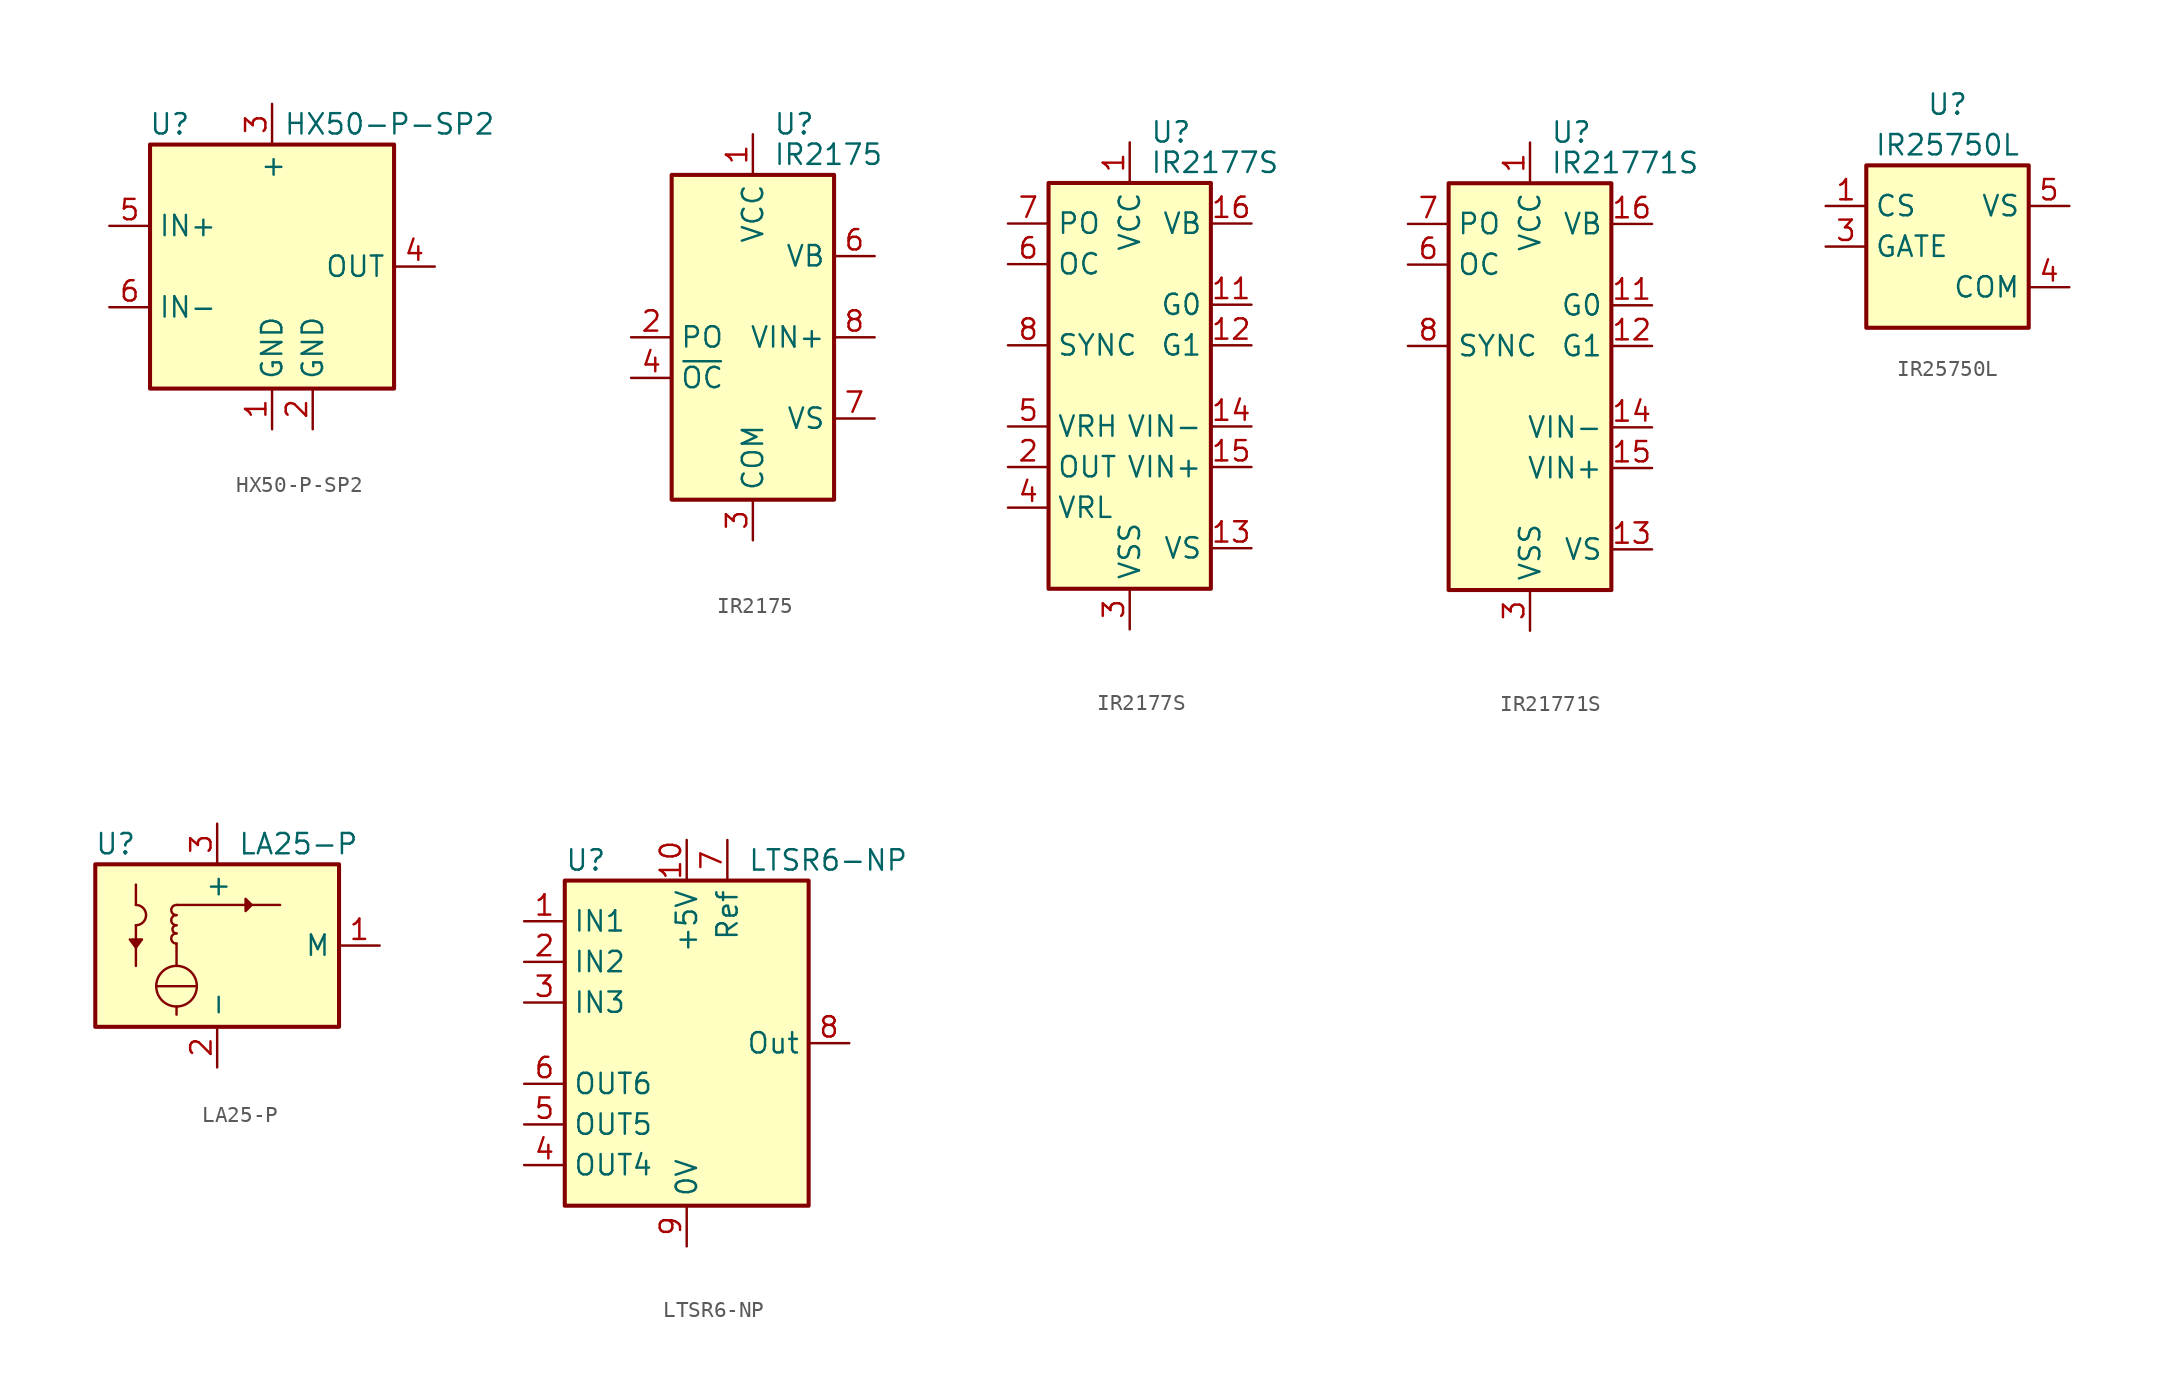
<source format=kicad_sym>
(kicad_symbol_lib
  (version 20201005)
  (generator kicad_symbol_editor)
  (symbol "Sensor_Current:HX50-P-SP2"
    (property "Reference" "U"
      (at -5.08 8.89 0)
      (effects (font (size 1.27 1.27)) (justify right)))
    (property "Value" "HX50-P-SP2"
      (at 13.97 8.89 0)
      (effects (font (size 1.27 1.27)) (justify right)))
    (symbol "HX50-P-SP2_0_1"
      (rectangle (start -7.62 7.62) (end 7.62 -7.62) (stroke (width 0.254)) (fill (type background))))
    (symbol "HX50-P-SP2_1_1"
      (pin power_in line (at 0 -10.16 90) (length 2.54) (name "GND" (effects (font (size 1.27 1.27)))) (number "1" (effects (font (size 1.27 1.27)))))
      (pin power_in line (at 2.54 -10.16 90) (length 2.54) (name "GND" (effects (font (size 1.27 1.27)))) (number "2" (effects (font (size 1.27 1.27)))))
      (pin power_in line (at 0 10.16 270) (length 2.54) (name "+" (effects (font (size 1.27 1.27)))) (number "3" (effects (font (size 1.27 1.27)))))
      (pin output line (at 10.16 0 180) (length 2.54) (name "OUT" (effects (font (size 1.27 1.27)))) (number "4" (effects (font (size 1.27 1.27)))))
      (pin passive line (at -10.16 2.54 0) (length 2.54) (name "IN+" (effects (font (size 1.27 1.27)))) (number "5" (effects (font (size 1.27 1.27)))))
      (pin passive line (at -10.16 -2.54 0) (length 2.54) (name "IN-" (effects (font (size 1.27 1.27)))) (number "6" (effects (font (size 1.27 1.27)))))))
  (symbol "Sensor_Current:IR2175"
    (property "Reference" "U"
      (at 1.27 13.335 0)
      (effects (font (size 1.27 1.27)) (justify left)))
    (property "Value" "IR2175"
      (at 1.27 11.43 0)
      (effects (font (size 1.27 1.27)) (justify left)))
    (symbol "IR2175_0_1"
      (rectangle (start -5.08 -10.16) (end 5.08 10.16) (stroke (width 0.254)) (fill (type background))))
    (symbol "IR2175_1_1"
      (pin power_in line (at 0 12.7 270) (length 2.54) (name "VCC" (effects (font (size 1.27 1.27)))) (number "1" (effects (font (size 1.27 1.27)))))
      (pin output line (at -7.62 0 0) (length 2.54) (name "PO" (effects (font (size 1.27 1.27)))) (number "2" (effects (font (size 1.27 1.27)))))
      (pin power_in line (at 0 -12.7 90) (length 2.54) (name "COM" (effects (font (size 1.27 1.27)))) (number "3" (effects (font (size 1.27 1.27)))))
      (pin output line (at -7.62 -2.54 0) (length 2.54) (name "~OC" (effects (font (size 1.27 1.27)))) (number "4" (effects (font (size 1.27 1.27)))))
      (pin no_connect line (at -5.08 2.54 0) (length 2.54) hide (name "NC" (effects (font (size 1.27 1.27)))) (number "5" (effects (font (size 1.27 1.27)))))
      (pin passive line (at 7.62 5.08 180) (length 2.54) (name "VB" (effects (font (size 1.27 1.27)))) (number "6" (effects (font (size 1.27 1.27)))))
      (pin passive line (at 7.62 -5.08 180) (length 2.54) (name "VS" (effects (font (size 1.27 1.27)))) (number "7" (effects (font (size 1.27 1.27)))))
      (pin passive line (at 7.62 0 180) (length 2.54) (name "VIN+" (effects (font (size 1.27 1.27)))) (number "8" (effects (font (size 1.27 1.27)))))))
  (symbol "Sensor_Current:IR2177S"
    (property "Reference" "U"
      (at 1.27 15.875 0)
      (effects (font (size 1.27 1.27)) (justify left)))
    (property "Value" "IR2177S"
      (at 1.27 13.97 0)
      (effects (font (size 1.27 1.27)) (justify left)))
    (symbol "IR2177S_0_1"
      (rectangle (start -5.08 -12.7) (end 5.08 12.7) (stroke (width 0.254)) (fill (type background))))
    (symbol "IR2177S_1_1"
      (pin power_in line (at 0 15.24 270) (length 2.54) (name "VCC" (effects (font (size 1.27 1.27)))) (number "1" (effects (font (size 1.27 1.27)))))
      (pin no_connect line (at -5.08 0 0) (length 2.54) hide (name "NC" (effects (font (size 1.27 1.27)))) (number "10" (effects (font (size 1.27 1.27)))))
      (pin input line (at 7.62 5.08 180) (length 2.54) (name "G0" (effects (font (size 1.27 1.27)))) (number "11" (effects (font (size 1.27 1.27)))))
      (pin input line (at 7.62 2.54 180) (length 2.54) (name "G1" (effects (font (size 1.27 1.27)))) (number "12" (effects (font (size 1.27 1.27)))))
      (pin passive line (at 7.62 -10.16 180) (length 2.54) (name "VS" (effects (font (size 1.27 1.27)))) (number "13" (effects (font (size 1.27 1.27)))))
      (pin passive line (at 7.62 -2.54 180) (length 2.54) (name "VIN-" (effects (font (size 1.27 1.27)))) (number "14" (effects (font (size 1.27 1.27)))))
      (pin passive line (at 7.62 -5.08 180) (length 2.54) (name "VIN+" (effects (font (size 1.27 1.27)))) (number "15" (effects (font (size 1.27 1.27)))))
      (pin passive line (at 7.62 10.16 180) (length 2.54) (name "VB" (effects (font (size 1.27 1.27)))) (number "16" (effects (font (size 1.27 1.27)))))
      (pin output line (at -7.62 -5.08 0) (length 2.54) (name "OUT" (effects (font (size 1.27 1.27)))) (number "2" (effects (font (size 1.27 1.27)))))
      (pin power_in line (at 0 -15.24 90) (length 2.54) (name "VSS" (effects (font (size 1.27 1.27)))) (number "3" (effects (font (size 1.27 1.27)))))
      (pin input line (at -7.62 -7.62 0) (length 2.54) (name "VRL" (effects (font (size 1.27 1.27)))) (number "4" (effects (font (size 1.27 1.27)))))
      (pin input line (at -7.62 -2.54 0) (length 2.54) (name "VRH" (effects (font (size 1.27 1.27)))) (number "5" (effects (font (size 1.27 1.27)))))
      (pin open_collector line (at -7.62 7.62 0) (length 2.54) (name "OC" (effects (font (size 1.27 1.27)))) (number "6" (effects (font (size 1.27 1.27)))))
      (pin open_collector line (at -7.62 10.16 0) (length 2.54) (name "PO" (effects (font (size 1.27 1.27)))) (number "7" (effects (font (size 1.27 1.27)))))
      (pin input line (at -7.62 2.54 0) (length 2.54) (name "SYNC" (effects (font (size 1.27 1.27)))) (number "8" (effects (font (size 1.27 1.27)))))
      (pin no_connect line (at -5.08 5.08 0) (length 2.54) hide (name "NC" (effects (font (size 1.27 1.27)))) (number "9" (effects (font (size 1.27 1.27)))))))
  (symbol "Sensor_Current:IR21771S"
    (property "Reference" "U"
      (at 1.27 15.875 0)
      (effects (font (size 1.27 1.27)) (justify left)))
    (property "Value" "IR21771S"
      (at 1.27 13.97 0)
      (effects (font (size 1.27 1.27)) (justify left)))
    (symbol "IR21771S_0_1"
      (rectangle (start -5.08 -12.7) (end 5.08 12.7) (stroke (width 0.254)) (fill (type background))))
    (symbol "IR21771S_1_1"
      (pin power_in line (at 0 15.24 270) (length 2.54) (name "VCC" (effects (font (size 1.27 1.27)))) (number "1" (effects (font (size 1.27 1.27)))))
      (pin no_connect line (at -5.08 0 0) (length 2.54) hide (name "NC" (effects (font (size 1.27 1.27)))) (number "10" (effects (font (size 1.27 1.27)))))
      (pin input line (at 7.62 5.08 180) (length 2.54) (name "G0" (effects (font (size 1.27 1.27)))) (number "11" (effects (font (size 1.27 1.27)))))
      (pin input line (at 7.62 2.54 180) (length 2.54) (name "G1" (effects (font (size 1.27 1.27)))) (number "12" (effects (font (size 1.27 1.27)))))
      (pin passive line (at 7.62 -10.16 180) (length 2.54) (name "VS" (effects (font (size 1.27 1.27)))) (number "13" (effects (font (size 1.27 1.27)))))
      (pin passive line (at 7.62 -2.54 180) (length 2.54) (name "VIN-" (effects (font (size 1.27 1.27)))) (number "14" (effects (font (size 1.27 1.27)))))
      (pin passive line (at 7.62 -5.08 180) (length 2.54) (name "VIN+" (effects (font (size 1.27 1.27)))) (number "15" (effects (font (size 1.27 1.27)))))
      (pin passive line (at 7.62 10.16 180) (length 2.54) (name "VB" (effects (font (size 1.27 1.27)))) (number "16" (effects (font (size 1.27 1.27)))))
      (pin no_connect line (at -5.08 -5.08 0) (length 2.54) hide (name "NC" (effects (font (size 1.27 1.27)))) (number "2" (effects (font (size 1.27 1.27)))))
      (pin power_in line (at 0 -15.24 90) (length 2.54) (name "VSS" (effects (font (size 1.27 1.27)))) (number "3" (effects (font (size 1.27 1.27)))))
      (pin no_connect line (at -5.08 -7.62 0) (length 2.54) hide (name "NC" (effects (font (size 1.27 1.27)))) (number "4" (effects (font (size 1.27 1.27)))))
      (pin no_connect line (at -5.08 -2.54 0) (length 2.54) hide (name "NC" (effects (font (size 1.27 1.27)))) (number "5" (effects (font (size 1.27 1.27)))))
      (pin open_collector line (at -7.62 7.62 0) (length 2.54) (name "OC" (effects (font (size 1.27 1.27)))) (number "6" (effects (font (size 1.27 1.27)))))
      (pin open_collector line (at -7.62 10.16 0) (length 2.54) (name "PO" (effects (font (size 1.27 1.27)))) (number "7" (effects (font (size 1.27 1.27)))))
      (pin input line (at -7.62 2.54 0) (length 2.54) (name "SYNC" (effects (font (size 1.27 1.27)))) (number "8" (effects (font (size 1.27 1.27)))))
      (pin no_connect line (at -5.08 5.08 0) (length 2.54) hide (name "NC" (effects (font (size 1.27 1.27)))) (number "9" (effects (font (size 1.27 1.27)))))))
  (symbol "Sensor_Current:IR25750L"
    (property "Reference" "U"
      (at 0 8.89 0)
      (effects (font (size 1.27 1.27))))
    (property "Value" "IR25750L"
      (at 0 6.35 0)
      (effects (font (size 1.27 1.27))))
    (symbol "IR25750L_0_1"
      (rectangle (start -5.08 -5.08) (end 5.08 5.08) (stroke (width 0.254)) (fill (type background))))
    (symbol "IR25750L_1_1"
      (pin output line (at -7.62 2.54 0) (length 2.54) (name "CS" (effects (font (size 1.27 1.27)))) (number "1" (effects (font (size 1.27 1.27)))))
      (pin no_connect line (at -5.08 -2.54 0) (length 2.54) hide (name "NC" (effects (font (size 1.27 1.27)))) (number "2" (effects (font (size 1.27 1.27)))))
      (pin input line (at -7.62 0 0) (length 2.54) (name "GATE" (effects (font (size 1.27 1.27)))) (number "3" (effects (font (size 1.27 1.27)))))
      (pin power_in line (at 7.62 -2.54 180) (length 2.54) (name "COM" (effects (font (size 1.27 1.27)))) (number "4" (effects (font (size 1.27 1.27)))))
      (pin passive line (at 7.62 2.54 180) (length 2.54) (name "VS" (effects (font (size 1.27 1.27)))) (number "5" (effects (font (size 1.27 1.27)))))))
  (symbol "Sensor_Current:LA25-P"
    (property "Reference" "U"
      (at -6.35 6.35 0)
      (effects (font (size 1.27 1.27))))
    (property "Value" "LA25-P"
      (at 5.08 6.35 0)
      (effects (font (size 1.27 1.27))))
    (symbol "LA25-P_0_1"
      (arc (start -5.08 1.27) (end -5.08 2.54) (radius (at -5.08 1.905) (length 0.635) (angles -89.9 89.9)) (stroke (width 0)) (fill (type none)))
      (arc (start -2.54 0.762) (end -2.54 0.127) (radius (at -2.54 0.4572) (length 0.3048) (angles 90.1 -90.1)) (stroke (width 0)) (fill (type none)))
      (arc (start -2.54 1.27) (end -2.54 0.762) (radius (at -2.54 1.016) (length 0.254) (angles 90.1 -90.1)) (stroke (width 0)) (fill (type none)))
      (arc (start -2.54 1.905) (end -2.54 1.27) (radius (at -2.54 1.6002) (length 0.3048) (angles 90.1 -90.1)) (stroke (width 0)) (fill (type none)))
      (arc (start -2.54 2.54) (end -2.54 1.905) (radius (at -2.54 2.2352) (length 0.3048) (angles 90.1 -90.1)) (stroke (width 0)) (fill (type none)))
      (circle (center -2.54 -2.54) (radius 1.27) (stroke (width 0)) (fill (type none)))
      (rectangle (start 7.62 -5.08) (end -7.62 5.08) (stroke (width 0.254)) (fill (type background)))
      (polyline (pts (xy -5.08 1.27) (xy -5.08 -1.27)) (stroke (width 0)) (fill (type none)))
      (polyline (pts (xy -5.08 3.81) (xy -5.08 2.54)) (stroke (width 0)) (fill (type none)))
      (polyline (pts (xy -3.81 -2.54) (xy -1.27 -2.54)) (stroke (width 0)) (fill (type none)))
      (polyline (pts (xy -2.54 -3.81) (xy -2.54 -4.318)) (stroke (width 0)) (fill (type none)))
      (polyline (pts (xy -2.54 -1.27) (xy -2.54 0.127)) (stroke (width 0)) (fill (type none)))
      (polyline (pts (xy -2.54 2.54) (xy 3.937 2.54)) (stroke (width 0)) (fill (type none)))
      (polyline (pts (xy -5.334 0.381) (xy -4.699 0.381) (xy -5.08 -0.127) (xy -5.461 0.381)) (stroke (width 0)) (fill (type outline)))
      (polyline (pts (xy 2.159 2.54) (xy 1.778 2.921) (xy 1.778 2.159) (xy 2.159 2.54)) (stroke (width 0)) (fill (type outline))))
    (symbol "LA25-P_1_1"
      (pin output line (at 10.16 0 180) (length 2.54) (name "M" (effects (font (size 1.27 1.27)))) (number "1" (effects (font (size 1.27 1.27)))))
      (pin power_in line (at 0 -7.62 90) (length 2.54) (name "-" (effects (font (size 1.27 1.27)))) (number "2" (effects (font (size 1.27 1.27)))))
      (pin power_in line (at 0 7.62 270) (length 2.54) (name "+" (effects (font (size 1.27 1.27)))) (number "3" (effects (font (size 1.27 1.27)))))))
  (symbol "Sensor_Current:LTSR6-NP"
    (property "Reference" "U"
      (at -7.62 11.43 0)
      (effects (font (size 1.27 1.27)) (justify left)))
    (property "Value" "LTSR6-NP"
      (at 3.81 11.43 0)
      (effects (font (size 1.27 1.27)) (justify left)))
    (symbol "LTSR6-NP_0_1"
      (rectangle (start -7.62 10.16) (end 7.62 -10.16) (stroke (width 0.254)) (fill (type background))))
    (symbol "LTSR6-NP_1_1"
      (pin passive line (at -10.16 7.62 0) (length 2.54) (name "IN1" (effects (font (size 1.27 1.27)))) (number "1" (effects (font (size 1.27 1.27)))))
      (pin power_in line (at 0 12.7 270) (length 2.54) (name "+5V" (effects (font (size 1.27 1.27)))) (number "10" (effects (font (size 1.27 1.27)))))
      (pin passive line (at -10.16 5.08 0) (length 2.54) (name "IN2" (effects (font (size 1.27 1.27)))) (number "2" (effects (font (size 1.27 1.27)))))
      (pin passive line (at -10.16 2.54 0) (length 2.54) (name "IN3" (effects (font (size 1.27 1.27)))) (number "3" (effects (font (size 1.27 1.27)))))
      (pin passive line (at -10.16 -7.62 0) (length 2.54) (name "OUT4" (effects (font (size 1.27 1.27)))) (number "4" (effects (font (size 1.27 1.27)))))
      (pin passive line (at -10.16 -5.08 0) (length 2.54) (name "OUT5" (effects (font (size 1.27 1.27)))) (number "5" (effects (font (size 1.27 1.27)))))
      (pin passive line (at -10.16 -2.54 0) (length 2.54) (name "OUT6" (effects (font (size 1.27 1.27)))) (number "6" (effects (font (size 1.27 1.27)))))
      (pin passive line (at 2.54 12.7 270) (length 2.54) (name "Ref" (effects (font (size 1.27 1.27)))) (number "7" (effects (font (size 1.27 1.27)))))
      (pin output line (at 10.16 0 180) (length 2.54) (name "Out" (effects (font (size 1.27 1.27)))) (number "8" (effects (font (size 1.27 1.27)))))
      (pin power_in line (at 0 -12.7 90) (length 2.54) (name "0V" (effects (font (size 1.27 1.27)))) (number "9" (effects (font (size 1.27 1.27))))))))
</source>
